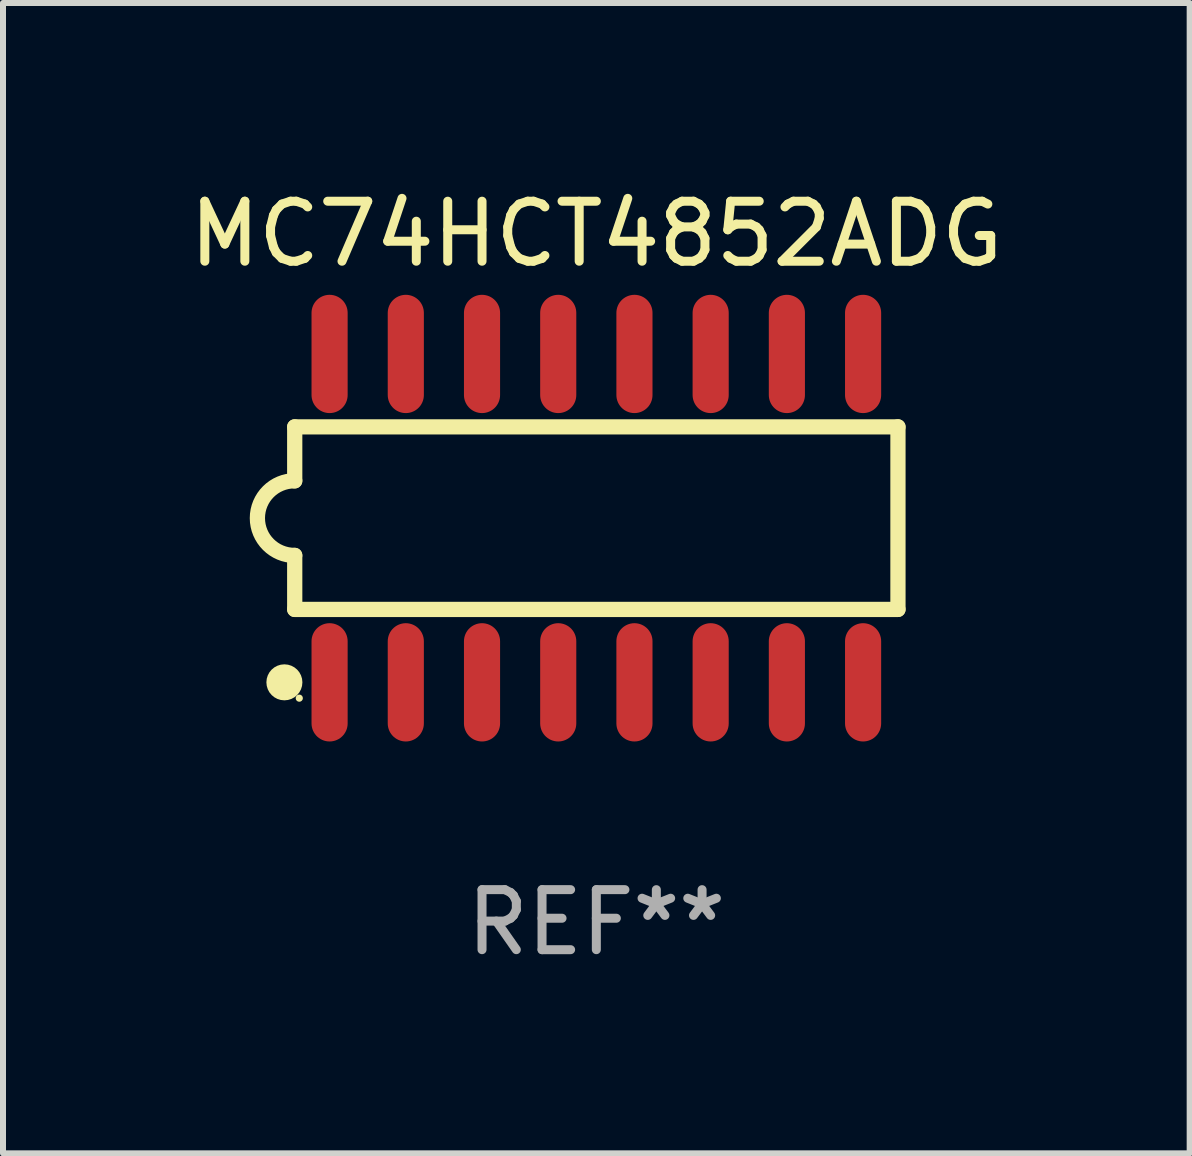
<source format=kicad_pcb>
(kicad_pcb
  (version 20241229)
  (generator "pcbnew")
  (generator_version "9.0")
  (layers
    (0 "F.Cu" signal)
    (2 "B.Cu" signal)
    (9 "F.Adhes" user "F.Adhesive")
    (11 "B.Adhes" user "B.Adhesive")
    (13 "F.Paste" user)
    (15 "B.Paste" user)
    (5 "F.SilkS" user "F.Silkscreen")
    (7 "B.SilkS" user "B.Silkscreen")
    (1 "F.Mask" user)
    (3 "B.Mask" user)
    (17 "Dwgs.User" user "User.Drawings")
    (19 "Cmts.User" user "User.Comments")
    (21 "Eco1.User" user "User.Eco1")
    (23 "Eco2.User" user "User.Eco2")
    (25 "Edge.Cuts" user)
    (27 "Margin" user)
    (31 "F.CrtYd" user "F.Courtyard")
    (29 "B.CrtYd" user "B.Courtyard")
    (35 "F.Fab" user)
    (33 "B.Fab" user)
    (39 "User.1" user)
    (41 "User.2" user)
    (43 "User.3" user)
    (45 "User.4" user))
  (footprint "MC74HCT4852ADG"
    (layer "F.Cu")
    (at 6.887 5.584)
    (property "Reference" "MC74HCT4852ADG" (at 0 -4.736 0) (layer "F.SilkS") (effects (font (size 1 1) (thickness 0.15))))
    (attr through_hole)
    (fp_line (start -5.026 -1.521) (end -5.026 -0.621) (stroke (width 0.254) (type solid)) (layer "F.SilkS"))
    (fp_line (start -5.026 -1.521) (end 5.026 -1.521) (stroke (width 0.254) (type solid)) (layer "F.SilkS"))
    (fp_line (start -5.026 1.521) (end -5.026 0.621) (stroke (width 0.254) (type solid)) (layer "F.SilkS"))
    (fp_line (start 5.026 -1.521) (end 5.026 1.521) (stroke (width 0.254) (type solid)) (layer "F.SilkS"))
    (fp_line (start 5.026 1.521) (end -5.026 1.521) (stroke (width 0.254) (type solid)) (layer "F.SilkS"))
    (fp_arc (start -5.026187 0.621387) (mid -5.647752 -0.000787) (end -5.025781 -0.622555) (stroke (width 0.254001) (type solid)) (layer "F.SilkS"))
    (fp_circle (center -5.198 2.736) (end -5.048 2.736) (stroke (width 0.3) (type solid)) (fill no) (layer "F.SilkS"))
    (fp_circle (center -4.95 3) (end -4.92 3) (stroke (width 0.06) (type solid)) (fill no) (layer "F.SilkS"))
    (fp_text user "REF**" (at 0 6.736 0) (layer "F.Fab") (effects (font (size 1 1) (thickness 0.15))))
    (pad "1" smd oval (at -4.445 2.736) (size 0.602 1.971) (layers "F.Cu" "F.Mask" "F.Paste"))
    (pad "2" smd oval (at -3.175 2.736) (size 0.602 1.971) (layers "F.Cu" "F.Mask" "F.Paste"))
    (pad "3" smd oval (at -1.905 2.736) (size 0.602 1.971) (layers "F.Cu" "F.Mask" "F.Paste"))
    (pad "4" smd oval (at -0.635 2.736) (size 0.602 1.971) (layers "F.Cu" "F.Mask" "F.Paste"))
    (pad "5" smd oval (at 0.635 2.736) (size 0.602 1.971) (layers "F.Cu" "F.Mask" "F.Paste"))
    (pad "6" smd oval (at 1.905 2.736) (size 0.602 1.971) (layers "F.Cu" "F.Mask" "F.Paste"))
    (pad "7" smd oval (at 3.175 2.736) (size 0.602 1.971) (layers "F.Cu" "F.Mask" "F.Paste"))
    (pad "8" smd oval (at 4.445 2.736) (size 0.602 1.971) (layers "F.Cu" "F.Mask" "F.Paste"))
    (pad "9" smd oval (at 4.445 -2.736) (size 0.602 1.971) (layers "F.Cu" "F.Mask" "F.Paste"))
    (pad "10" smd oval (at 3.175 -2.736) (size 0.602 1.971) (layers "F.Cu" "F.Mask" "F.Paste"))
    (pad "11" smd oval (at 1.905 -2.736) (size 0.602 1.971) (layers "F.Cu" "F.Mask" "F.Paste"))
    (pad "12" smd oval (at 0.635 -2.736) (size 0.602 1.971) (layers "F.Cu" "F.Mask" "F.Paste"))
    (pad "13" smd oval (at -0.635 -2.736) (size 0.602 1.971) (layers "F.Cu" "F.Mask" "F.Paste"))
    (pad "14" smd oval (at -1.905 -2.736) (size 0.602 1.971) (layers "F.Cu" "F.Mask" "F.Paste"))
    (pad "15" smd oval (at -3.175 -2.736) (size 0.602 1.971) (layers "F.Cu" "F.Mask" "F.Paste"))
    (pad "16" smd oval (at -4.445 -2.736) (size 0.602 1.971) (layers "F.Cu" "F.Mask" "F.Paste")))
  (gr_rect
    (start -3 -3)
    (end 16.774 16.168)
    (stroke (width 0.1) (type default))
    (fill no)
    (layer "Edge.Cuts")))
</source>
